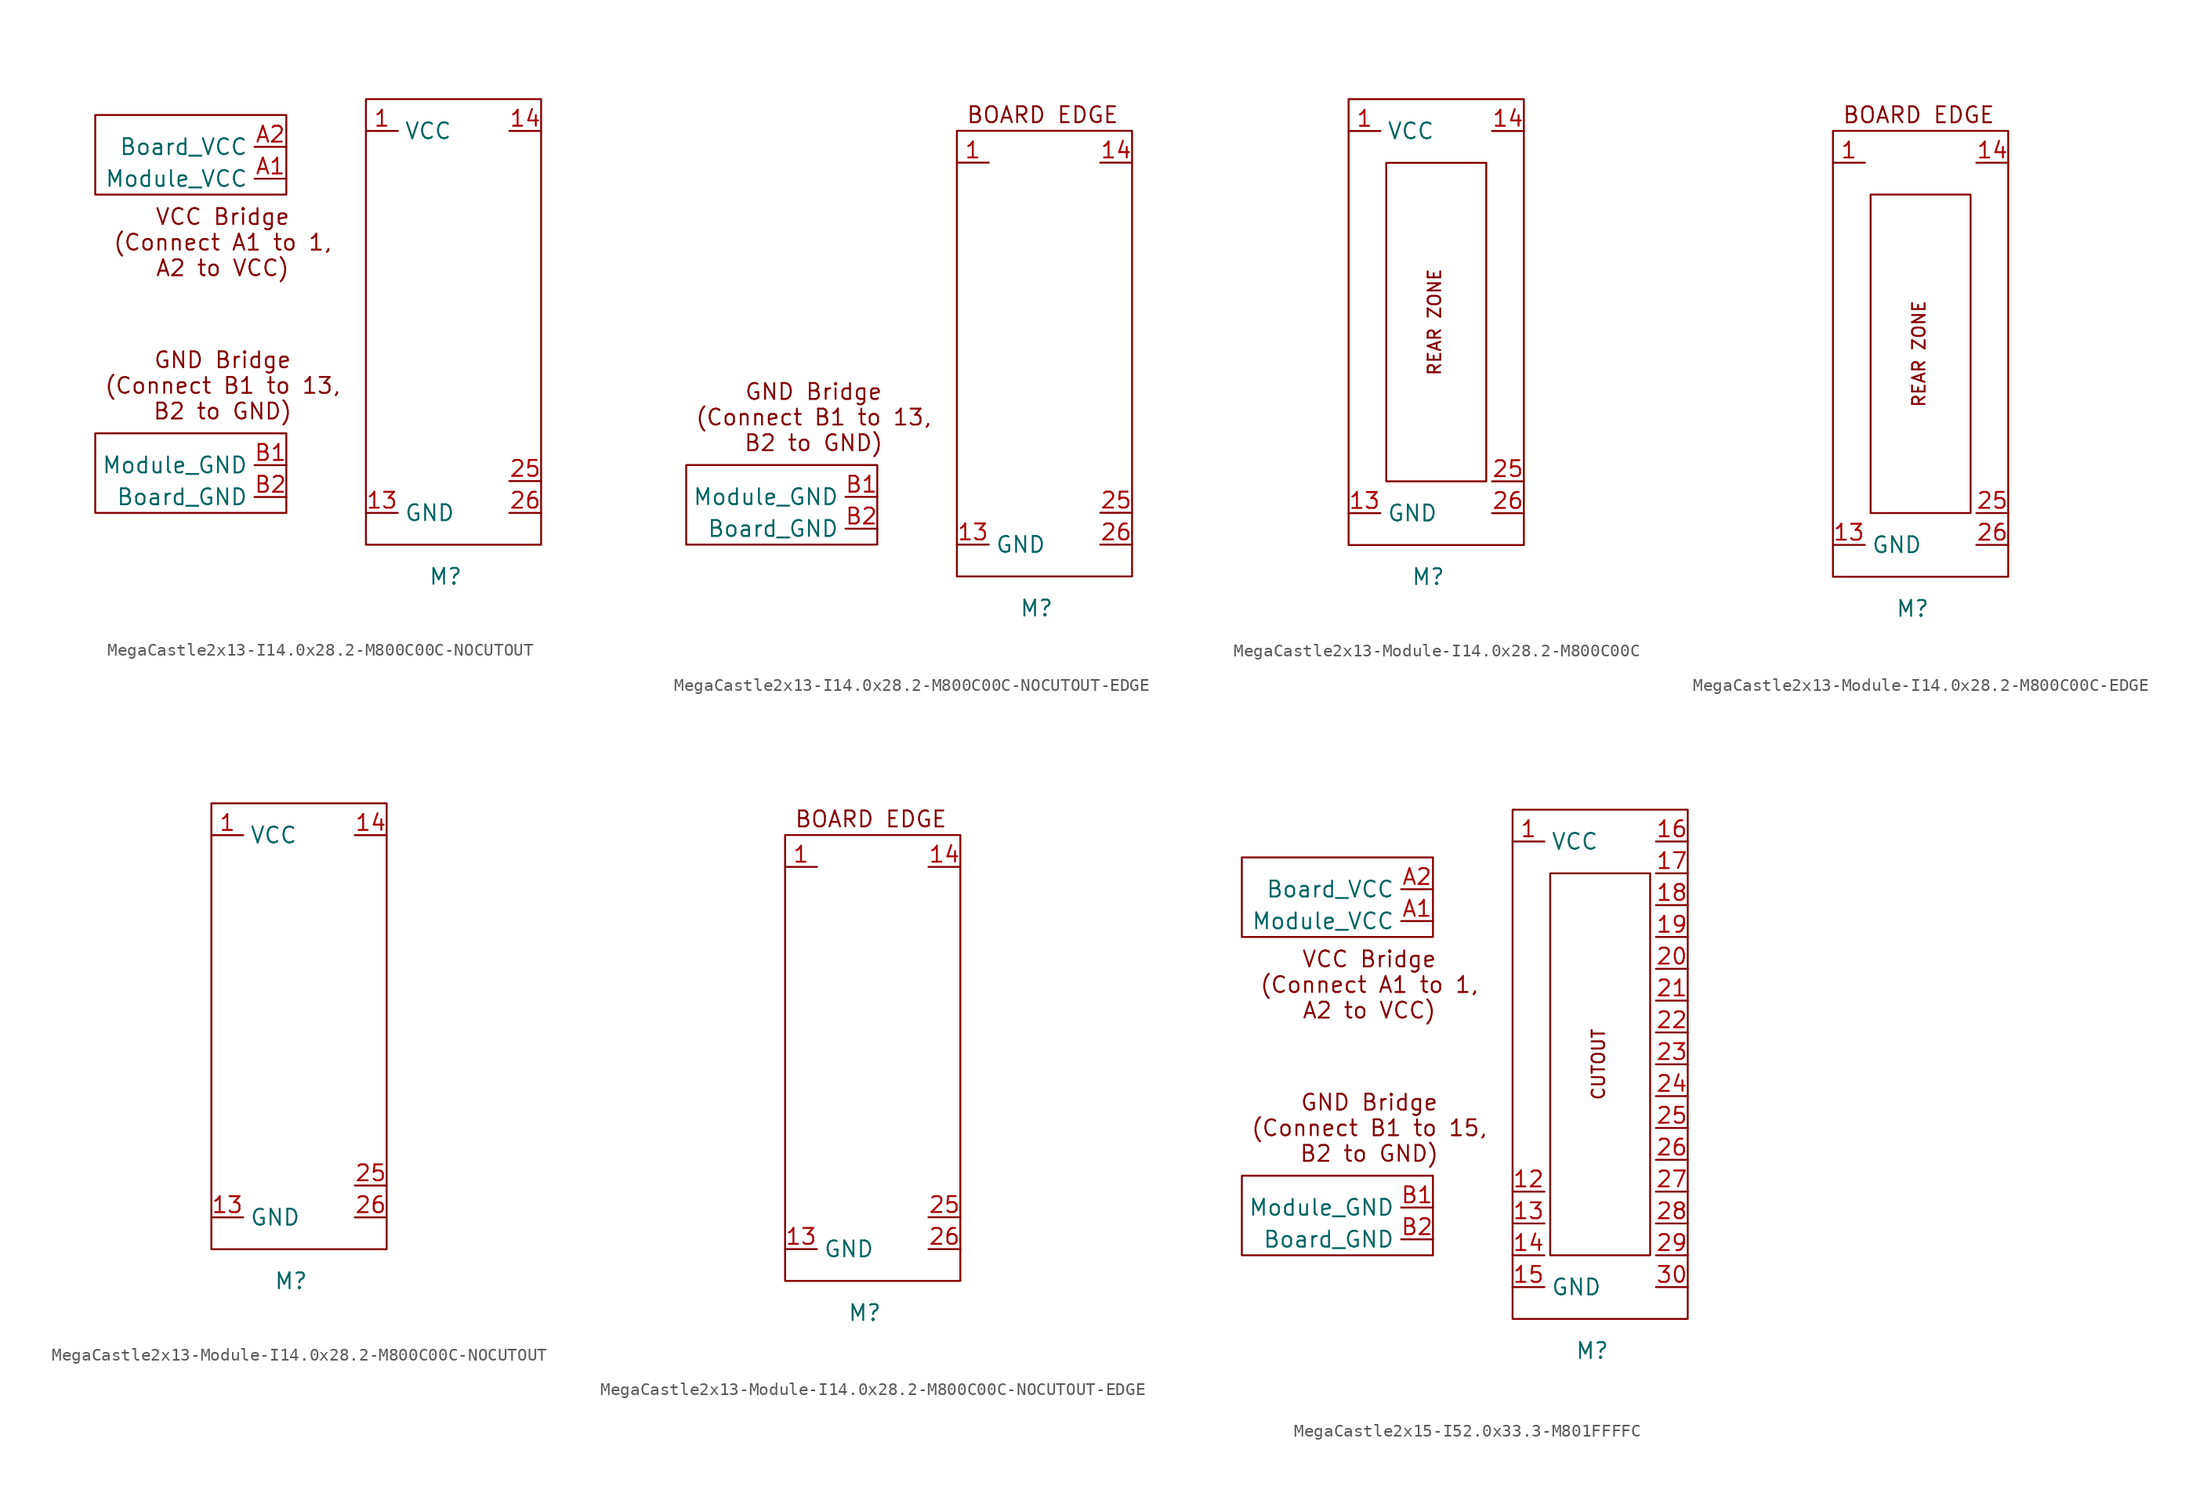
<source format=kicad_sym>
(kicad_symbol_lib
  (version 20241209)
  (generator "kicad_symbol_editor")
  (generator_version "9.0")
  (symbol "MegaCastle2x13-I14.0x28.2-M800C00C-NOCUTOUT"
    (property "Reference" "M"
      (at 0 -20.32 0)
      (effects (font (size 1.27 1.27))))
    (property "Value" ""
      (at 0 5.08 0)
      (effects (font (size 1.27 1.27))))
    (symbol "MegaCastle2x13-I14.0x28.2-M800C00C-NOCUTOUT_0_1"
      (rectangle (start -27.94 16.51) (end -12.7 10.16) (stroke (width 0) (type default)) (fill (type none)))
      (rectangle (start -27.94 -8.89) (end -12.7 -15.24) (stroke (width 0) (type default)) (fill (type none)))
      (rectangle (start -6.35 17.78) (end 7.62 -17.78) (stroke (width 0) (type default)) (fill (type none))))
    (symbol "MegaCastle2x13-I14.0x28.2-M800C00C-NOCUTOUT_1_1"
      (text "VCC Bridge\n(Connect A1 to 1,\nA2 to VCC)" (at -17.78 6.35 0) (effects (font (size 1.27 1.27))))
      (text "GND Bridge\n(Connect B1 to 13,\nB2 to GND)" (at -17.78 -5.08 0) (effects (font (size 1.27 1.27))))
      (pin bidirectional line (at -12.7 13.97 180) (length 2.54) (name "Board_VCC" (effects (font (size 1.27 1.27)))) (number "A2" (effects (font (size 1.27 1.27)))))
      (pin bidirectional line (at -12.7 11.43 180) (length 2.54) (name "Module_VCC" (effects (font (size 1.27 1.27)))) (number "A1" (effects (font (size 1.27 1.27)))))
      (pin bidirectional line (at -12.7 -11.43 180) (length 2.54) (name "Module_GND" (effects (font (size 1.27 1.27)))) (number "B1" (effects (font (size 1.27 1.27)))))
      (pin bidirectional line (at -12.7 -13.97 180) (length 2.54) (name "Board_GND" (effects (font (size 1.27 1.27)))) (number "B2" (effects (font (size 1.27 1.27)))))
      (pin bidirectional line (at -6.35 15.24 0) (length 2.54) (name "VCC" (effects (font (size 1.27 1.27)))) (number "1" (effects (font (size 1.27 1.27)))))
      (pin bidirectional line (at -6.35 -15.24 0) (length 2.54) (name "GND" (effects (font (size 1.27 1.27)))) (number "13" (effects (font (size 1.27 1.27)))))
      (pin bidirectional line (at 7.62 15.24 180) (length 2.54) (name "" (effects (font (size 1.27 1.27)))) (number "14" (effects (font (size 1.27 1.27)))))
      (pin bidirectional line (at 7.62 -12.7 180) (length 2.54) (name "" (effects (font (size 1.27 1.27)))) (number "25" (effects (font (size 1.27 1.27)))))
      (pin bidirectional line (at 7.62 -15.24 180) (length 2.54) (name "" (effects (font (size 1.27 1.27)))) (number "26" (effects (font (size 1.27 1.27)))))))
  (symbol "MegaCastle2x13-I14.0x28.2-M800C00C-NOCUTOUT-EDGE"
    (property "Reference" "M"
      (at 0 -20.32 0)
      (effects (font (size 1.27 1.27))))
    (property "Value" ""
      (at 0 5.08 0)
      (effects (font (size 1.27 1.27))))
    (symbol "MegaCastle2x13-I14.0x28.2-M800C00C-NOCUTOUT-EDGE_0_1"
      (rectangle (start -27.94 -8.89) (end -12.7 -15.24) (stroke (width 0) (type default)) (fill (type none)))
      (rectangle (start -6.35 17.78) (end 7.62 -17.78) (stroke (width 0) (type default)) (fill (type none))))
    (symbol "MegaCastle2x13-I14.0x28.2-M800C00C-NOCUTOUT-EDGE_1_1"
      (text "GND Bridge\n(Connect B1 to 13,\nB2 to GND)" (at -17.78 -5.08 0) (effects (font (size 1.27 1.27))))
      (text " BOARD EDGE" (at 0 19.05 0) (effects (font (size 1.27 1.27))))
      (pin bidirectional line (at -12.7 -11.43 180) (length 2.54) (name "Module_GND" (effects (font (size 1.27 1.27)))) (number "B1" (effects (font (size 1.27 1.27)))))
      (pin bidirectional line (at -12.7 -13.97 180) (length 2.54) (name "Board_GND" (effects (font (size 1.27 1.27)))) (number "B2" (effects (font (size 1.27 1.27)))))
      (pin bidirectional line (at -6.35 15.24 0) (length 2.54) (name "" (effects (font (size 1.27 1.27)))) (number "1" (effects (font (size 1.27 1.27)))))
      (pin bidirectional line (at -6.35 -15.24 0) (length 2.54) (name "GND" (effects (font (size 1.27 1.27)))) (number "13" (effects (font (size 1.27 1.27)))))
      (pin bidirectional line (at 7.62 15.24 180) (length 2.54) (name "" (effects (font (size 1.27 1.27)))) (number "14" (effects (font (size 1.27 1.27)))))
      (pin bidirectional line (at 7.62 -12.7 180) (length 2.54) (name "" (effects (font (size 1.27 1.27)))) (number "25" (effects (font (size 1.27 1.27)))))
      (pin bidirectional line (at 7.62 -15.24 180) (length 2.54) (name "" (effects (font (size 1.27 1.27)))) (number "26" (effects (font (size 1.27 1.27)))))))
  (symbol "MegaCastle2x13-Module-I14.0x28.2-M800C00C"
    (property "Reference" "M"
      (at 0 -20.32 0)
      (effects (font (size 1.27 1.27))))
    (property "Value" ""
      (at 0 5.08 0)
      (effects (font (size 1.27 1.27))))
    (symbol "MegaCastle2x13-Module-I14.0x28.2-M800C00C_0_1"
      (rectangle (start -6.35 17.78) (end 7.62 -17.78) (stroke (width 0) (type default)) (fill (type none)))
      (rectangle (start -3.35 12.7) (end 4.62 -12.7) (stroke (width 0) (type default)) (fill (type none))))
    (symbol "MegaCastle2x13-Module-I14.0x28.2-M800C00C_1_1"
      (text "REAR ZONE" (at 0.5 0 900) (effects (font (size 1 1))))
      (pin bidirectional line (at -6.35 15.24 0) (length 2.54) (name "VCC" (effects (font (size 1.27 1.27)))) (number "1" (effects (font (size 1.27 1.27)))))
      (pin bidirectional line (at -6.35 -15.24 0) (length 2.54) (name "GND" (effects (font (size 1.27 1.27)))) (number "13" (effects (font (size 1.27 1.27)))))
      (pin bidirectional line (at 7.62 15.24 180) (length 2.54) (name "" (effects (font (size 1.27 1.27)))) (number "14" (effects (font (size 1.27 1.27)))))
      (pin bidirectional line (at 7.62 -12.7 180) (length 2.54) (name "" (effects (font (size 1.27 1.27)))) (number "25" (effects (font (size 1.27 1.27)))))
      (pin bidirectional line (at 7.62 -15.24 180) (length 2.54) (name "" (effects (font (size 1.27 1.27)))) (number "26" (effects (font (size 1.27 1.27)))))))
  (symbol "MegaCastle2x13-Module-I14.0x28.2-M800C00C-EDGE"
    (property "Reference" "M"
      (at 0 -20.32 0)
      (effects (font (size 1.27 1.27))))
    (property "Value" ""
      (at 0 5.08 0)
      (effects (font (size 1.27 1.27))))
    (symbol "MegaCastle2x13-Module-I14.0x28.2-M800C00C-EDGE_0_1"
      (rectangle (start -6.35 17.78) (end 7.62 -17.78) (stroke (width 0) (type default)) (fill (type none)))
      (rectangle (start -3.35 12.7) (end 4.62 -12.7) (stroke (width 0) (type default)) (fill (type none))))
    (symbol "MegaCastle2x13-Module-I14.0x28.2-M800C00C-EDGE_1_1"
      (text " BOARD EDGE" (at 0 19.05 0) (effects (font (size 1.27 1.27))))
      (text "REAR ZONE" (at 0.5 0 900) (effects (font (size 1 1))))
      (pin bidirectional line (at -6.35 15.24 0) (length 2.54) (name "" (effects (font (size 1.27 1.27)))) (number "1" (effects (font (size 1.27 1.27)))))
      (pin bidirectional line (at -6.35 -15.24 0) (length 2.54) (name "GND" (effects (font (size 1.27 1.27)))) (number "13" (effects (font (size 1.27 1.27)))))
      (pin bidirectional line (at 7.62 15.24 180) (length 2.54) (name "" (effects (font (size 1.27 1.27)))) (number "14" (effects (font (size 1.27 1.27)))))
      (pin bidirectional line (at 7.62 -12.7 180) (length 2.54) (name "" (effects (font (size 1.27 1.27)))) (number "25" (effects (font (size 1.27 1.27)))))
      (pin bidirectional line (at 7.62 -15.24 180) (length 2.54) (name "" (effects (font (size 1.27 1.27)))) (number "26" (effects (font (size 1.27 1.27)))))))
  (symbol "MegaCastle2x13-Module-I14.0x28.2-M800C00C-NOCUTOUT"
    (property "Reference" "M"
      (at 0 -20.32 0)
      (effects (font (size 1.27 1.27))))
    (property "Value" ""
      (at 0 5.08 0)
      (effects (font (size 1.27 1.27))))
    (symbol "MegaCastle2x13-Module-I14.0x28.2-M800C00C-NOCUTOUT_0_1"
      (rectangle (start -6.35 17.78) (end 7.62 -17.78) (stroke (width 0) (type default)) (fill (type none))))
    (symbol "MegaCastle2x13-Module-I14.0x28.2-M800C00C-NOCUTOUT_1_1"
      (pin bidirectional line (at -6.35 15.24 0) (length 2.54) (name "VCC" (effects (font (size 1.27 1.27)))) (number "1" (effects (font (size 1.27 1.27)))))
      (pin bidirectional line (at -6.35 -15.24 0) (length 2.54) (name "GND" (effects (font (size 1.27 1.27)))) (number "13" (effects (font (size 1.27 1.27)))))
      (pin bidirectional line (at 7.62 15.24 180) (length 2.54) (name "" (effects (font (size 1.27 1.27)))) (number "14" (effects (font (size 1.27 1.27)))))
      (pin bidirectional line (at 7.62 -12.7 180) (length 2.54) (name "" (effects (font (size 1.27 1.27)))) (number "25" (effects (font (size 1.27 1.27)))))
      (pin bidirectional line (at 7.62 -15.24 180) (length 2.54) (name "" (effects (font (size 1.27 1.27)))) (number "26" (effects (font (size 1.27 1.27)))))))
  (symbol "MegaCastle2x13-Module-I14.0x28.2-M800C00C-NOCUTOUT-EDGE"
    (property "Reference" "M"
      (at 0 -20.32 0)
      (effects (font (size 1.27 1.27))))
    (property "Value" ""
      (at 0 5.08 0)
      (effects (font (size 1.27 1.27))))
    (symbol "MegaCastle2x13-Module-I14.0x28.2-M800C00C-NOCUTOUT-EDGE_0_1"
      (rectangle (start -6.35 17.78) (end 7.62 -17.78) (stroke (width 0) (type default)) (fill (type none))))
    (symbol "MegaCastle2x13-Module-I14.0x28.2-M800C00C-NOCUTOUT-EDGE_1_1"
      (text " BOARD EDGE" (at 0 19.05 0) (effects (font (size 1.27 1.27))))
      (pin bidirectional line (at -6.35 15.24 0) (length 2.54) (name "" (effects (font (size 1.27 1.27)))) (number "1" (effects (font (size 1.27 1.27)))))
      (pin bidirectional line (at -6.35 -15.24 0) (length 2.54) (name "GND" (effects (font (size 1.27 1.27)))) (number "13" (effects (font (size 1.27 1.27)))))
      (pin bidirectional line (at 7.62 15.24 180) (length 2.54) (name "" (effects (font (size 1.27 1.27)))) (number "14" (effects (font (size 1.27 1.27)))))
      (pin bidirectional line (at 7.62 -12.7 180) (length 2.54) (name "" (effects (font (size 1.27 1.27)))) (number "25" (effects (font (size 1.27 1.27)))))
      (pin bidirectional line (at 7.62 -15.24 180) (length 2.54) (name "" (effects (font (size 1.27 1.27)))) (number "26" (effects (font (size 1.27 1.27)))))))
  (symbol "MegaCastle2x15-I52.0x33.3-M801FFFFC"
    (property "Reference" "M"
      (at 0 -22.86 0)
      (effects (font (size 1.27 1.27))))
    (property "Value" ""
      (at 0 5.08 0)
      (effects (font (size 1.27 1.27))))
    (symbol "MegaCastle2x15-I52.0x33.3-M801FFFFC_0_1"
      (rectangle (start -27.94 16.51) (end -12.7 10.16) (stroke (width 0) (type default)) (fill (type none)))
      (rectangle (start -27.94 -8.89) (end -12.7 -15.24) (stroke (width 0) (type default)) (fill (type none)))
      (rectangle (start -6.35 20.32) (end 7.62 -20.32) (stroke (width 0) (type default)) (fill (type none)))
      (rectangle (start -3.35 15.24) (end 4.62 -15.24) (stroke (width 0) (type default)) (fill (type none))))
    (symbol "MegaCastle2x15-I52.0x33.3-M801FFFFC_1_1"
      (text "VCC Bridge\n(Connect A1 to 1,\nA2 to VCC)" (at -17.78 6.35 0) (effects (font (size 1.27 1.27))))
      (text "GND Bridge\n(Connect B1 to 15,\nB2 to GND)" (at -17.78 -5.08 0) (effects (font (size 1.27 1.27))))
      (text "CUTOUT" (at 0.5 0 900) (effects (font (size 1 1))))
      (pin bidirectional line (at -12.7 13.97 180) (length 2.54) (name "Board_VCC" (effects (font (size 1.27 1.27)))) (number "A2" (effects (font (size 1.27 1.27)))))
      (pin bidirectional line (at -12.7 11.43 180) (length 2.54) (name "Module_VCC" (effects (font (size 1.27 1.27)))) (number "A1" (effects (font (size 1.27 1.27)))))
      (pin bidirectional line (at -12.7 -11.43 180) (length 2.54) (name "Module_GND" (effects (font (size 1.27 1.27)))) (number "B1" (effects (font (size 1.27 1.27)))))
      (pin bidirectional line (at -12.7 -13.97 180) (length 2.54) (name "Board_GND" (effects (font (size 1.27 1.27)))) (number "B2" (effects (font (size 1.27 1.27)))))
      (pin bidirectional line (at -6.35 17.78 0) (length 2.54) (name "VCC" (effects (font (size 1.27 1.27)))) (number "1" (effects (font (size 1.27 1.27)))))
      (pin bidirectional line (at -6.35 -10.16 0) (length 2.54) (name "" (effects (font (size 1.27 1.27)))) (number "12" (effects (font (size 1.27 1.27)))))
      (pin bidirectional line (at -6.35 -12.7 0) (length 2.54) (name "" (effects (font (size 1.27 1.27)))) (number "13" (effects (font (size 1.27 1.27)))))
      (pin bidirectional line (at -6.35 -15.24 0) (length 2.54) (name "" (effects (font (size 1.27 1.27)))) (number "14" (effects (font (size 1.27 1.27)))))
      (pin bidirectional line (at -6.35 -17.78 0) (length 2.54) (name "GND" (effects (font (size 1.27 1.27)))) (number "15" (effects (font (size 1.27 1.27)))))
      (pin bidirectional line (at 7.62 17.78 180) (length 2.54) (name "" (effects (font (size 1.27 1.27)))) (number "16" (effects (font (size 1.27 1.27)))))
      (pin bidirectional line (at 7.62 15.24 180) (length 2.54) (name "" (effects (font (size 1.27 1.27)))) (number "17" (effects (font (size 1.27 1.27)))))
      (pin bidirectional line (at 7.62 12.7 180) (length 2.54) (name "" (effects (font (size 1.27 1.27)))) (number "18" (effects (font (size 1.27 1.27)))))
      (pin bidirectional line (at 7.62 10.16 180) (length 2.54) (name "" (effects (font (size 1.27 1.27)))) (number "19" (effects (font (size 1.27 1.27)))))
      (pin bidirectional line (at 7.62 7.62 180) (length 2.54) (name "" (effects (font (size 1.27 1.27)))) (number "20" (effects (font (size 1.27 1.27)))))
      (pin bidirectional line (at 7.62 5.08 180) (length 2.54) (name "" (effects (font (size 1.27 1.27)))) (number "21" (effects (font (size 1.27 1.27)))))
      (pin bidirectional line (at 7.62 2.54 180) (length 2.54) (name "" (effects (font (size 1.27 1.27)))) (number "22" (effects (font (size 1.27 1.27)))))
      (pin bidirectional line (at 7.62 0 180) (length 2.54) (name "" (effects (font (size 1.27 1.27)))) (number "23" (effects (font (size 1.27 1.27)))))
      (pin bidirectional line (at 7.62 -2.54 180) (length 2.54) (name "" (effects (font (size 1.27 1.27)))) (number "24" (effects (font (size 1.27 1.27)))))
      (pin bidirectional line (at 7.62 -5.08 180) (length 2.54) (name "" (effects (font (size 1.27 1.27)))) (number "25" (effects (font (size 1.27 1.27)))))
      (pin bidirectional line (at 7.62 -7.62 180) (length 2.54) (name "" (effects (font (size 1.27 1.27)))) (number "26" (effects (font (size 1.27 1.27)))))
      (pin bidirectional line (at 7.62 -10.16 180) (length 2.54) (name "" (effects (font (size 1.27 1.27)))) (number "27" (effects (font (size 1.27 1.27)))))
      (pin bidirectional line (at 7.62 -12.7 180) (length 2.54) (name "" (effects (font (size 1.27 1.27)))) (number "28" (effects (font (size 1.27 1.27)))))
      (pin bidirectional line (at 7.62 -15.24 180) (length 2.54) (name "" (effects (font (size 1.27 1.27)))) (number "29" (effects (font (size 1.27 1.27)))))
      (pin bidirectional line (at 7.62 -17.78 180) (length 2.54) (name "" (effects (font (size 1.27 1.27)))) (number "30" (effects (font (size 1.27 1.27))))))))
</source>
